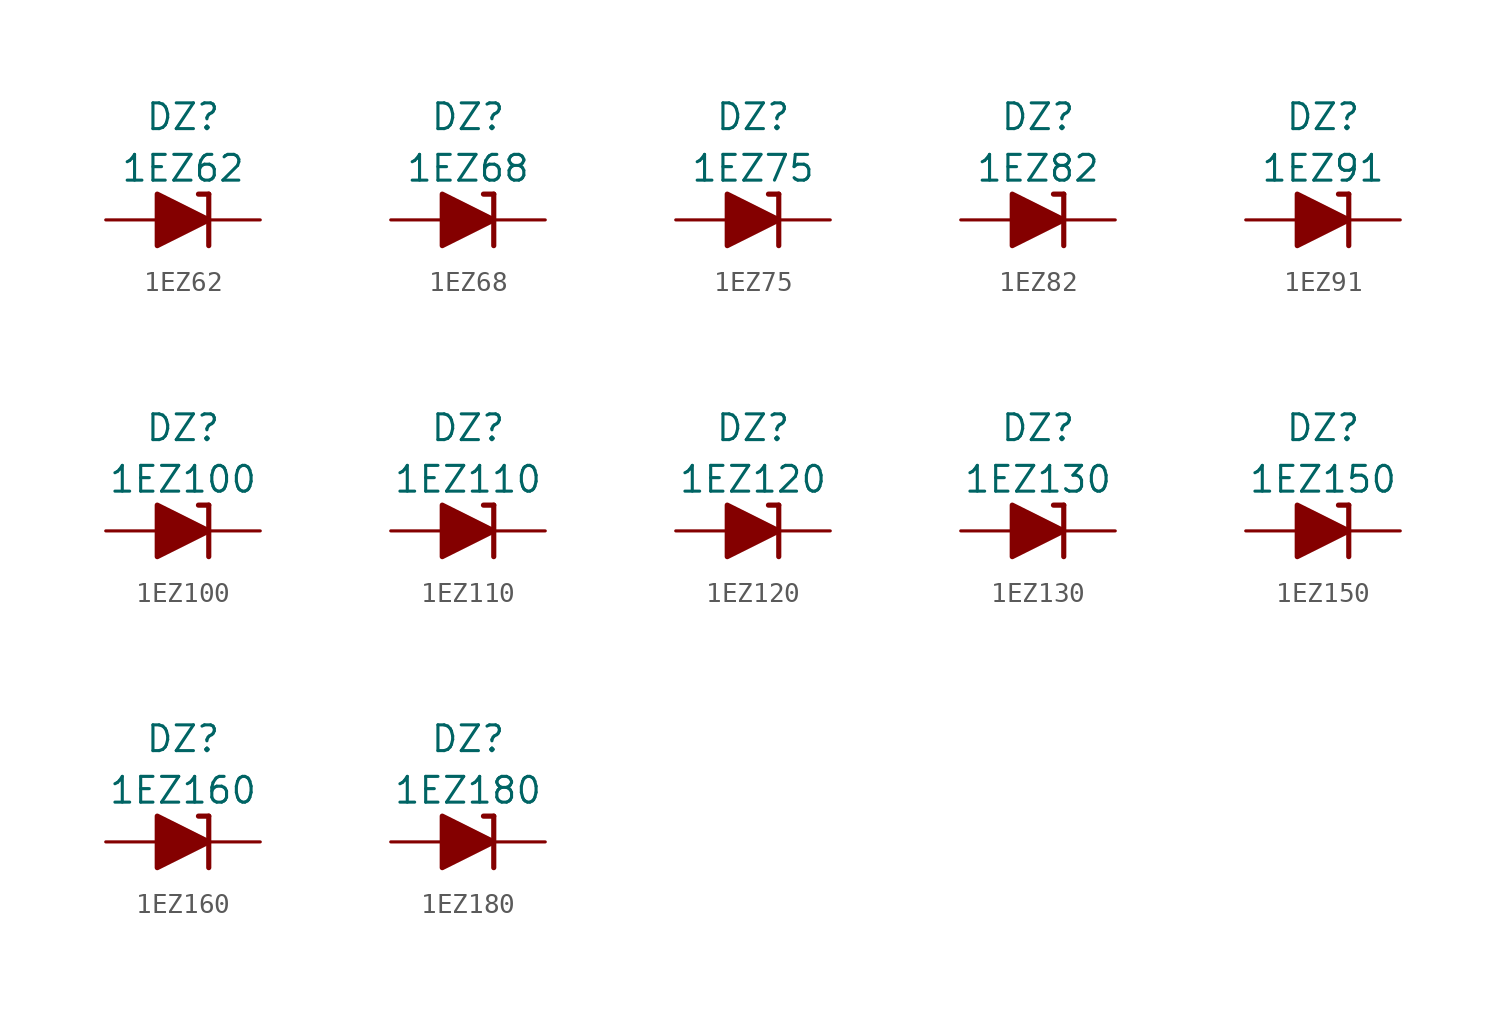
<source format=kicad_sym>
(kicad_symbol_lib
  (version 20201005)
  (generator kicad_symbol_editor)
  (symbol "Diode_Zener_AKL:1EZ62"
    (pin_numbers hide)
    (pin_names
      (offset 1.016) hide)
    (property "Reference" "DZ"
      (at 0 5.08 0)
      (effects (font (size 1.27 1.27))))
    (property "Value" "1EZ62"
      (at 0 2.54 0)
      (effects (font (size 1.27 1.27))))
    (symbol "1EZ62_0_1"
      (polyline (pts (xy -1.27 0) (xy 1.27 0)) (stroke (width 0)) (fill (type none)))
      (polyline (pts (xy 1.27 1.27) (xy 0.762 1.27)) (stroke (width 0.254)) (fill (type none)))
      (polyline (pts (xy 1.27 1.27) (xy 1.27 -1.27)) (stroke (width 0.254)) (fill (type none)))
      (polyline (pts (xy -1.27 -1.27) (xy -1.27 1.27) (xy 1.27 0) (xy -1.27 -1.27)) (stroke (width 0.254)) (fill (type outline))))
    (symbol "1EZ62_1_1"
      (pin passive line (at 3.81 0 180) (length 2.54) (name "K" (effects (font (size 1.27 1.27)))) (number "1" (effects (font (size 1.27 1.27)))))
      (pin passive line (at -3.81 0 0) (length 2.54) (name "A" (effects (font (size 1.27 1.27)))) (number "2" (effects (font (size 1.27 1.27)))))))
  (symbol "Diode_Zener_AKL:1EZ68"
    (pin_numbers hide)
    (pin_names
      (offset 1.016) hide)
    (property "Reference" "DZ"
      (at 0 5.08 0)
      (effects (font (size 1.27 1.27))))
    (property "Value" "1EZ68"
      (at 0 2.54 0)
      (effects (font (size 1.27 1.27))))
    (symbol "1EZ68_0_1"
      (polyline (pts (xy -1.27 0) (xy 1.27 0)) (stroke (width 0)) (fill (type none)))
      (polyline (pts (xy 1.27 1.27) (xy 0.762 1.27)) (stroke (width 0.254)) (fill (type none)))
      (polyline (pts (xy 1.27 1.27) (xy 1.27 -1.27)) (stroke (width 0.254)) (fill (type none)))
      (polyline (pts (xy -1.27 -1.27) (xy -1.27 1.27) (xy 1.27 0) (xy -1.27 -1.27)) (stroke (width 0.254)) (fill (type outline))))
    (symbol "1EZ68_1_1"
      (pin passive line (at 3.81 0 180) (length 2.54) (name "K" (effects (font (size 1.27 1.27)))) (number "1" (effects (font (size 1.27 1.27)))))
      (pin passive line (at -3.81 0 0) (length 2.54) (name "A" (effects (font (size 1.27 1.27)))) (number "2" (effects (font (size 1.27 1.27)))))))
  (symbol "Diode_Zener_AKL:1EZ75"
    (pin_numbers hide)
    (pin_names
      (offset 1.016) hide)
    (property "Reference" "DZ"
      (at 0 5.08 0)
      (effects (font (size 1.27 1.27))))
    (property "Value" "1EZ75"
      (at 0 2.54 0)
      (effects (font (size 1.27 1.27))))
    (symbol "1EZ75_0_1"
      (polyline (pts (xy -1.27 0) (xy 1.27 0)) (stroke (width 0)) (fill (type none)))
      (polyline (pts (xy 1.27 1.27) (xy 0.762 1.27)) (stroke (width 0.254)) (fill (type none)))
      (polyline (pts (xy 1.27 1.27) (xy 1.27 -1.27)) (stroke (width 0.254)) (fill (type none)))
      (polyline (pts (xy -1.27 -1.27) (xy -1.27 1.27) (xy 1.27 0) (xy -1.27 -1.27)) (stroke (width 0.254)) (fill (type outline))))
    (symbol "1EZ75_1_1"
      (pin passive line (at 3.81 0 180) (length 2.54) (name "K" (effects (font (size 1.27 1.27)))) (number "1" (effects (font (size 1.27 1.27)))))
      (pin passive line (at -3.81 0 0) (length 2.54) (name "A" (effects (font (size 1.27 1.27)))) (number "2" (effects (font (size 1.27 1.27)))))))
  (symbol "Diode_Zener_AKL:1EZ82"
    (pin_numbers hide)
    (pin_names
      (offset 1.016) hide)
    (property "Reference" "DZ"
      (at 0 5.08 0)
      (effects (font (size 1.27 1.27))))
    (property "Value" "1EZ82"
      (at 0 2.54 0)
      (effects (font (size 1.27 1.27))))
    (symbol "1EZ82_0_1"
      (polyline (pts (xy -1.27 0) (xy 1.27 0)) (stroke (width 0)) (fill (type none)))
      (polyline (pts (xy 1.27 1.27) (xy 0.762 1.27)) (stroke (width 0.254)) (fill (type none)))
      (polyline (pts (xy 1.27 1.27) (xy 1.27 -1.27)) (stroke (width 0.254)) (fill (type none)))
      (polyline (pts (xy -1.27 -1.27) (xy -1.27 1.27) (xy 1.27 0) (xy -1.27 -1.27)) (stroke (width 0.254)) (fill (type outline))))
    (symbol "1EZ82_1_1"
      (pin passive line (at 3.81 0 180) (length 2.54) (name "K" (effects (font (size 1.27 1.27)))) (number "1" (effects (font (size 1.27 1.27)))))
      (pin passive line (at -3.81 0 0) (length 2.54) (name "A" (effects (font (size 1.27 1.27)))) (number "2" (effects (font (size 1.27 1.27)))))))
  (symbol "Diode_Zener_AKL:1EZ91"
    (pin_numbers hide)
    (pin_names
      (offset 1.016) hide)
    (property "Reference" "DZ"
      (at 0 5.08 0)
      (effects (font (size 1.27 1.27))))
    (property "Value" "1EZ91"
      (at 0 2.54 0)
      (effects (font (size 1.27 1.27))))
    (symbol "1EZ91_0_1"
      (polyline (pts (xy -1.27 0) (xy 1.27 0)) (stroke (width 0)) (fill (type none)))
      (polyline (pts (xy 1.27 1.27) (xy 0.762 1.27)) (stroke (width 0.254)) (fill (type none)))
      (polyline (pts (xy 1.27 1.27) (xy 1.27 -1.27)) (stroke (width 0.254)) (fill (type none)))
      (polyline (pts (xy -1.27 -1.27) (xy -1.27 1.27) (xy 1.27 0) (xy -1.27 -1.27)) (stroke (width 0.254)) (fill (type outline))))
    (symbol "1EZ91_1_1"
      (pin passive line (at 3.81 0 180) (length 2.54) (name "K" (effects (font (size 1.27 1.27)))) (number "1" (effects (font (size 1.27 1.27)))))
      (pin passive line (at -3.81 0 0) (length 2.54) (name "A" (effects (font (size 1.27 1.27)))) (number "2" (effects (font (size 1.27 1.27)))))))
  (symbol "Diode_Zener_AKL:1EZ100"
    (pin_numbers hide)
    (pin_names
      (offset 1.016) hide)
    (property "Reference" "DZ"
      (at 0 5.08 0)
      (effects (font (size 1.27 1.27))))
    (property "Value" "1EZ100"
      (at 0 2.54 0)
      (effects (font (size 1.27 1.27))))
    (symbol "1EZ100_0_1"
      (polyline (pts (xy -1.27 0) (xy 1.27 0)) (stroke (width 0)) (fill (type none)))
      (polyline (pts (xy 1.27 1.27) (xy 0.762 1.27)) (stroke (width 0.254)) (fill (type none)))
      (polyline (pts (xy 1.27 1.27) (xy 1.27 -1.27)) (stroke (width 0.254)) (fill (type none)))
      (polyline (pts (xy -1.27 -1.27) (xy -1.27 1.27) (xy 1.27 0) (xy -1.27 -1.27)) (stroke (width 0.254)) (fill (type outline))))
    (symbol "1EZ100_1_1"
      (pin passive line (at 3.81 0 180) (length 2.54) (name "K" (effects (font (size 1.27 1.27)))) (number "1" (effects (font (size 1.27 1.27)))))
      (pin passive line (at -3.81 0 0) (length 2.54) (name "A" (effects (font (size 1.27 1.27)))) (number "2" (effects (font (size 1.27 1.27)))))))
  (symbol "Diode_Zener_AKL:1EZ110"
    (pin_numbers hide)
    (pin_names
      (offset 1.016) hide)
    (property "Reference" "DZ"
      (at 0 5.08 0)
      (effects (font (size 1.27 1.27))))
    (property "Value" "1EZ110"
      (at 0 2.54 0)
      (effects (font (size 1.27 1.27))))
    (symbol "1EZ110_0_1"
      (polyline (pts (xy -1.27 0) (xy 1.27 0)) (stroke (width 0)) (fill (type none)))
      (polyline (pts (xy 1.27 1.27) (xy 0.762 1.27)) (stroke (width 0.254)) (fill (type none)))
      (polyline (pts (xy 1.27 1.27) (xy 1.27 -1.27)) (stroke (width 0.254)) (fill (type none)))
      (polyline (pts (xy -1.27 -1.27) (xy -1.27 1.27) (xy 1.27 0) (xy -1.27 -1.27)) (stroke (width 0.254)) (fill (type outline))))
    (symbol "1EZ110_1_1"
      (pin passive line (at 3.81 0 180) (length 2.54) (name "K" (effects (font (size 1.27 1.27)))) (number "1" (effects (font (size 1.27 1.27)))))
      (pin passive line (at -3.81 0 0) (length 2.54) (name "A" (effects (font (size 1.27 1.27)))) (number "2" (effects (font (size 1.27 1.27)))))))
  (symbol "Diode_Zener_AKL:1EZ120"
    (pin_numbers hide)
    (pin_names
      (offset 1.016) hide)
    (property "Reference" "DZ"
      (at 0 5.08 0)
      (effects (font (size 1.27 1.27))))
    (property "Value" "1EZ120"
      (at 0 2.54 0)
      (effects (font (size 1.27 1.27))))
    (symbol "1EZ120_0_1"
      (polyline (pts (xy -1.27 0) (xy 1.27 0)) (stroke (width 0)) (fill (type none)))
      (polyline (pts (xy 1.27 1.27) (xy 0.762 1.27)) (stroke (width 0.254)) (fill (type none)))
      (polyline (pts (xy 1.27 1.27) (xy 1.27 -1.27)) (stroke (width 0.254)) (fill (type none)))
      (polyline (pts (xy -1.27 -1.27) (xy -1.27 1.27) (xy 1.27 0) (xy -1.27 -1.27)) (stroke (width 0.254)) (fill (type outline))))
    (symbol "1EZ120_1_1"
      (pin passive line (at 3.81 0 180) (length 2.54) (name "K" (effects (font (size 1.27 1.27)))) (number "1" (effects (font (size 1.27 1.27)))))
      (pin passive line (at -3.81 0 0) (length 2.54) (name "A" (effects (font (size 1.27 1.27)))) (number "2" (effects (font (size 1.27 1.27)))))))
  (symbol "Diode_Zener_AKL:1EZ130"
    (pin_numbers hide)
    (pin_names
      (offset 1.016) hide)
    (property "Reference" "DZ"
      (at 0 5.08 0)
      (effects (font (size 1.27 1.27))))
    (property "Value" "1EZ130"
      (at 0 2.54 0)
      (effects (font (size 1.27 1.27))))
    (symbol "1EZ130_0_1"
      (polyline (pts (xy -1.27 0) (xy 1.27 0)) (stroke (width 0)) (fill (type none)))
      (polyline (pts (xy 1.27 1.27) (xy 0.762 1.27)) (stroke (width 0.254)) (fill (type none)))
      (polyline (pts (xy 1.27 1.27) (xy 1.27 -1.27)) (stroke (width 0.254)) (fill (type none)))
      (polyline (pts (xy -1.27 -1.27) (xy -1.27 1.27) (xy 1.27 0) (xy -1.27 -1.27)) (stroke (width 0.254)) (fill (type outline))))
    (symbol "1EZ130_1_1"
      (pin passive line (at 3.81 0 180) (length 2.54) (name "K" (effects (font (size 1.27 1.27)))) (number "1" (effects (font (size 1.27 1.27)))))
      (pin passive line (at -3.81 0 0) (length 2.54) (name "A" (effects (font (size 1.27 1.27)))) (number "2" (effects (font (size 1.27 1.27)))))))
  (symbol "Diode_Zener_AKL:1EZ150"
    (pin_numbers hide)
    (pin_names
      (offset 1.016) hide)
    (property "Reference" "DZ"
      (at 0 5.08 0)
      (effects (font (size 1.27 1.27))))
    (property "Value" "1EZ150"
      (at 0 2.54 0)
      (effects (font (size 1.27 1.27))))
    (symbol "1EZ150_0_1"
      (polyline (pts (xy -1.27 0) (xy 1.27 0)) (stroke (width 0)) (fill (type none)))
      (polyline (pts (xy 1.27 1.27) (xy 0.762 1.27)) (stroke (width 0.254)) (fill (type none)))
      (polyline (pts (xy 1.27 1.27) (xy 1.27 -1.27)) (stroke (width 0.254)) (fill (type none)))
      (polyline (pts (xy -1.27 -1.27) (xy -1.27 1.27) (xy 1.27 0) (xy -1.27 -1.27)) (stroke (width 0.254)) (fill (type outline))))
    (symbol "1EZ150_1_1"
      (pin passive line (at 3.81 0 180) (length 2.54) (name "K" (effects (font (size 1.27 1.27)))) (number "1" (effects (font (size 1.27 1.27)))))
      (pin passive line (at -3.81 0 0) (length 2.54) (name "A" (effects (font (size 1.27 1.27)))) (number "2" (effects (font (size 1.27 1.27)))))))
  (symbol "Diode_Zener_AKL:1EZ160"
    (pin_numbers hide)
    (pin_names
      (offset 1.016) hide)
    (property "Reference" "DZ"
      (at 0 5.08 0)
      (effects (font (size 1.27 1.27))))
    (property "Value" "1EZ160"
      (at 0 2.54 0)
      (effects (font (size 1.27 1.27))))
    (symbol "1EZ160_0_1"
      (polyline (pts (xy -1.27 0) (xy 1.27 0)) (stroke (width 0)) (fill (type none)))
      (polyline (pts (xy 1.27 1.27) (xy 0.762 1.27)) (stroke (width 0.254)) (fill (type none)))
      (polyline (pts (xy 1.27 1.27) (xy 1.27 -1.27)) (stroke (width 0.254)) (fill (type none)))
      (polyline (pts (xy -1.27 -1.27) (xy -1.27 1.27) (xy 1.27 0) (xy -1.27 -1.27)) (stroke (width 0.254)) (fill (type outline))))
    (symbol "1EZ160_1_1"
      (pin passive line (at 3.81 0 180) (length 2.54) (name "K" (effects (font (size 1.27 1.27)))) (number "1" (effects (font (size 1.27 1.27)))))
      (pin passive line (at -3.81 0 0) (length 2.54) (name "A" (effects (font (size 1.27 1.27)))) (number "2" (effects (font (size 1.27 1.27)))))))
  (symbol "Diode_Zener_AKL:1EZ180"
    (pin_numbers hide)
    (pin_names
      (offset 1.016) hide)
    (property "Reference" "DZ"
      (at 0 5.08 0)
      (effects (font (size 1.27 1.27))))
    (property "Value" "1EZ180"
      (at 0 2.54 0)
      (effects (font (size 1.27 1.27))))
    (symbol "1EZ180_0_1"
      (polyline (pts (xy -1.27 0) (xy 1.27 0)) (stroke (width 0)) (fill (type none)))
      (polyline (pts (xy 1.27 1.27) (xy 0.762 1.27)) (stroke (width 0.254)) (fill (type none)))
      (polyline (pts (xy 1.27 1.27) (xy 1.27 -1.27)) (stroke (width 0.254)) (fill (type none)))
      (polyline (pts (xy -1.27 -1.27) (xy -1.27 1.27) (xy 1.27 0) (xy -1.27 -1.27)) (stroke (width 0.254)) (fill (type outline))))
    (symbol "1EZ180_1_1"
      (pin passive line (at 3.81 0 180) (length 2.54) (name "K" (effects (font (size 1.27 1.27)))) (number "1" (effects (font (size 1.27 1.27)))))
      (pin passive line (at -3.81 0 0) (length 2.54) (name "A" (effects (font (size 1.27 1.27)))) (number "2" (effects (font (size 1.27 1.27))))))))
</source>
